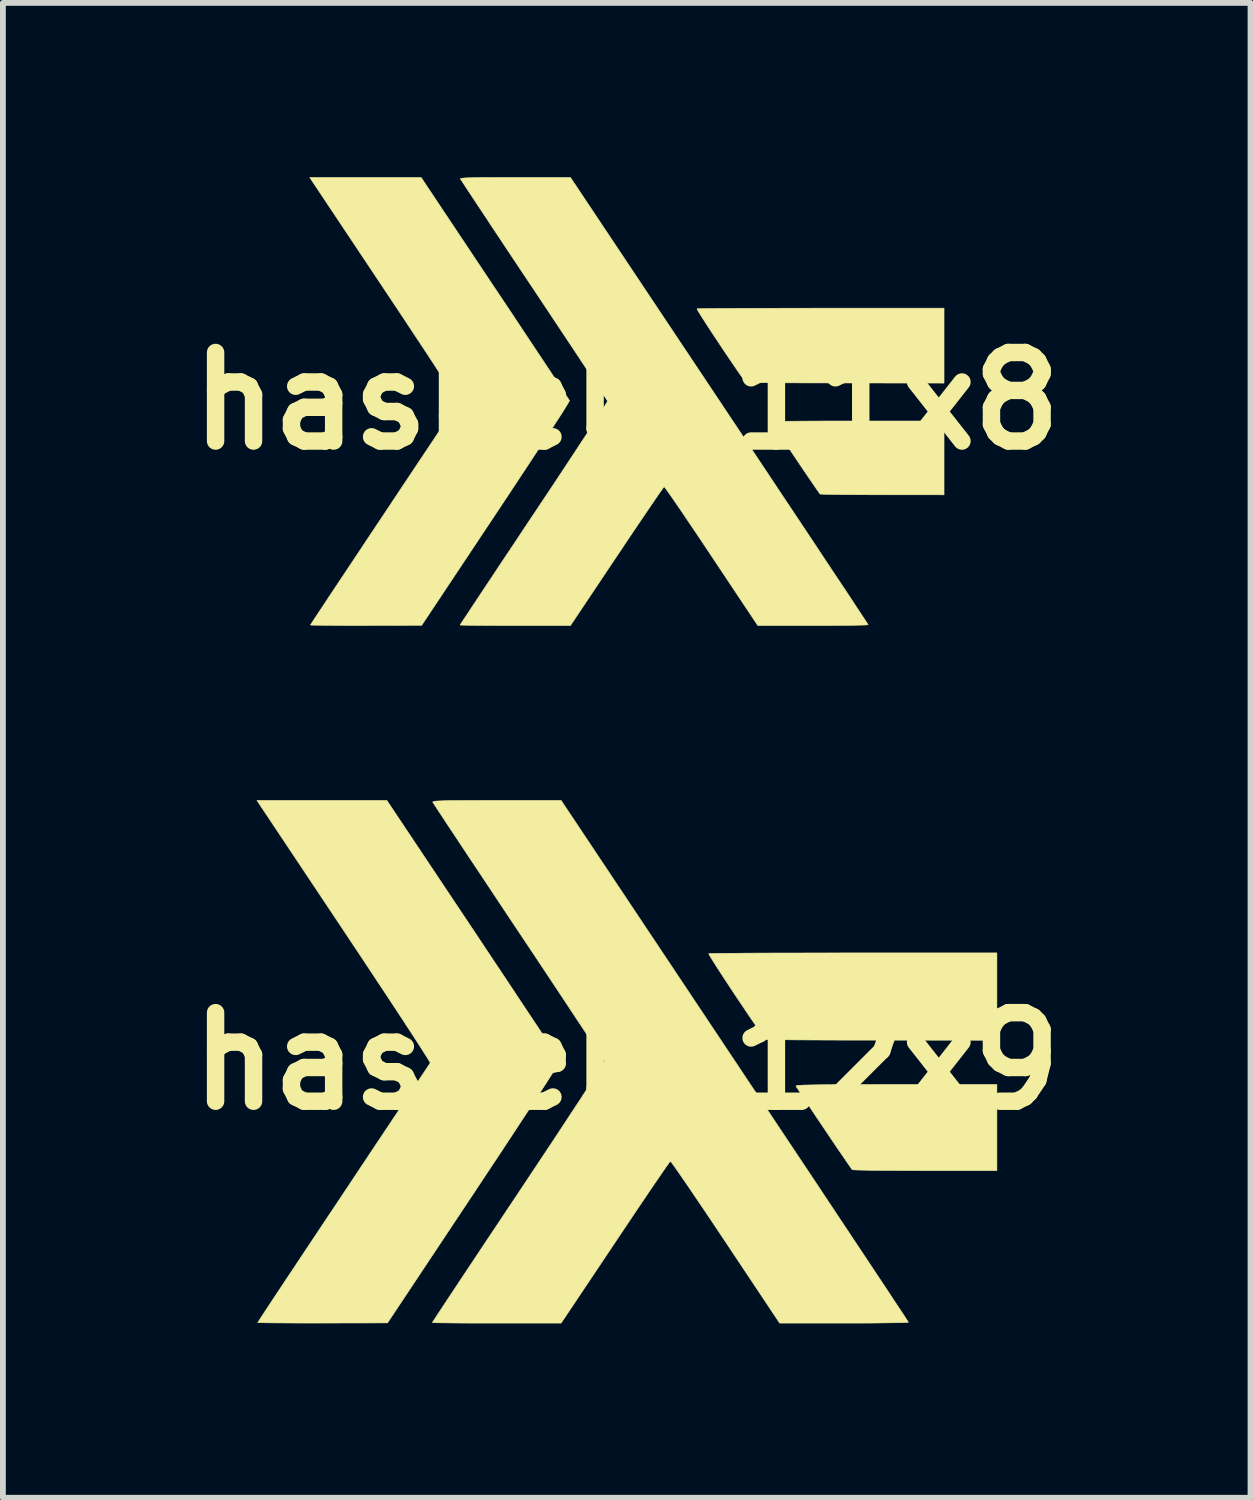
<source format=kicad_pcb>
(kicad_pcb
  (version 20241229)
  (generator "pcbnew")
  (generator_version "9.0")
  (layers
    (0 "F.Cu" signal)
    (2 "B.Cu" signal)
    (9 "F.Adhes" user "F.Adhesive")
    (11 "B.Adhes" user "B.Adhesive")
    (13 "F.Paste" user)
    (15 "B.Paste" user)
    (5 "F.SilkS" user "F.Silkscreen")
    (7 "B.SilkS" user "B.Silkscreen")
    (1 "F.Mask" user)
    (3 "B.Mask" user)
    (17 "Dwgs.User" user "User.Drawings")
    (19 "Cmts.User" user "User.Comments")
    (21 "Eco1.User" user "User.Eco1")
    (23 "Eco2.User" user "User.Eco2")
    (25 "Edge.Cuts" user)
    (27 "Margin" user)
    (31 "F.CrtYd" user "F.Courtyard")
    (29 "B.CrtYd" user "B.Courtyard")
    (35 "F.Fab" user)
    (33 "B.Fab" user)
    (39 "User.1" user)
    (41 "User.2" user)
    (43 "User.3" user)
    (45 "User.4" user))
  (footprint "haskell_12x9"
    (layer "F.Cu")
    (at 7.736 15.213)
    (property "Reference" "haskell_12x9" (at 0 0 0) (layer "F.SilkS") (effects (font (size 1.524 1.524) (thickness 0.3))))
    (attr through_hole)
    (fp_poly (pts (xy 6.371 1.884) (xy 5.138 1.884) (xy 4.913 1.883) (xy 4.701 1.882) (xy 4.505 1.881) (xy 4.328 1.88) (xy 4.176 1.878) (xy 4.052 1.875) (xy 3.958 1.873) (xy 3.901 1.87) (xy 3.882 1.868) (xy 3.867 1.848) (xy 3.832 1.798) (xy 3.779 1.722) (xy 3.713 1.625) (xy 3.634 1.51) (xy 3.548 1.382) (xy 3.457 1.247) (xy 3.364 1.109) (xy 3.271 0.971) (xy 3.183 0.839) (xy 3.102 0.718) (xy 3.031 0.611) (xy 2.974 0.523) (xy 2.932 0.459) (xy 2.913 0.429) (xy 2.918 0.424) (xy 2.94 0.419) (xy 2.981 0.416) (xy 3.044 0.412) (xy 3.13 0.41) (xy 3.243 0.408) (xy 3.385 0.406) (xy 3.557 0.404) (xy 3.762 0.403) (xy 4.002 0.403) (xy 4.28 0.402) (xy 4.598 0.402) (xy 4.634 0.402) (xy 6.371 0.402) (xy 6.371 1.884)) (stroke (width 0.01) (type solid)) (fill yes) (layer "F.SilkS"))
    (fp_poly (pts (xy 6.371 -0.36) (xy 4.397 -0.362) (xy 4.112 -0.362) (xy 3.838 -0.362) (xy 3.578 -0.363) (xy 3.337 -0.364) (xy 3.117 -0.365) (xy 2.92 -0.366) (xy 2.75 -0.368) (xy 2.61 -0.369) (xy 2.502 -0.371) (xy 2.43 -0.372) (xy 2.397 -0.374) (xy 2.396 -0.374) (xy 2.378 -0.394) (xy 2.34 -0.444) (xy 2.286 -0.52) (xy 2.218 -0.618) (xy 2.139 -0.733) (xy 2.053 -0.86) (xy 1.962 -0.996) (xy 1.868 -1.135) (xy 1.777 -1.274) (xy 1.689 -1.407) (xy 1.608 -1.531) (xy 1.537 -1.641) (xy 1.48 -1.732) (xy 1.438 -1.8) (xy 1.415 -1.84) (xy 1.412 -1.85) (xy 1.435 -1.852) (xy 1.497 -1.853) (xy 1.596 -1.855) (xy 1.73 -1.856) (xy 1.895 -1.857) (xy 2.089 -1.859) (xy 2.31 -1.86) (xy 2.555 -1.861) (xy 2.821 -1.861) (xy 3.106 -1.862) (xy 3.406 -1.862) (xy 3.72 -1.863) (xy 3.898 -1.863) (xy 6.371 -1.863) (xy 6.371 -0.36)) (stroke (width 0.01) (type solid)) (fill yes) (layer "F.SilkS"))
    (fp_poly (pts (xy -2.644 -2.263) (xy -2.459 -1.985) (xy -2.281 -1.717) (xy -2.11 -1.461) (xy -1.949 -1.218) (xy -1.799 -0.992) (xy -1.66 -0.783) (xy -1.535 -0.595) (xy -1.425 -0.429) (xy -1.332 -0.287) (xy -1.256 -0.172) (xy -1.199 -0.086) (xy -1.163 -0.03) (xy -1.149 -0.008) (xy -1.149 -0.007) (xy -1.159 0.014) (xy -1.192 0.07) (xy -1.246 0.158) (xy -1.321 0.276) (xy -1.416 0.424) (xy -1.53 0.599) (xy -1.661 0.801) (xy -1.81 1.027) (xy -1.974 1.277) (xy -2.153 1.549) (xy -2.347 1.841) (xy -2.553 2.152) (xy -2.627 2.264) (xy -4.117 4.505) (xy -5.233 4.507) (xy -5.446 4.507) (xy -5.646 4.507) (xy -5.829 4.506) (xy -5.99 4.505) (xy -6.126 4.504) (xy -6.234 4.502) (xy -6.308 4.501) (xy -6.346 4.499) (xy -6.35 4.498) (xy -6.338 4.479) (xy -6.305 4.428) (xy -6.251 4.345) (xy -6.177 4.233) (xy -6.086 4.095) (xy -5.978 3.932) (xy -5.855 3.746) (xy -5.718 3.541) (xy -5.569 3.316) (xy -5.409 3.076) (xy -5.24 2.821) (xy -5.062 2.555) (xy -4.878 2.279) (xy -4.872 2.27) (xy -4.688 1.993) (xy -4.51 1.726) (xy -4.34 1.47) (xy -4.179 1.229) (xy -4.028 1.003) (xy -3.89 0.796) (xy -3.766 0.609) (xy -3.656 0.444) (xy -3.563 0.303) (xy -3.487 0.19) (xy -3.431 0.105) (xy -3.395 0.051) (xy -3.381 0.03) (xy -3.381 0.03) (xy -3.391 0.01) (xy -3.423 -0.043) (xy -3.476 -0.127) (xy -3.548 -0.24) (xy -3.638 -0.38) (xy -3.745 -0.544) (xy -3.867 -0.731) (xy -4.003 -0.938) (xy -4.152 -1.164) (xy -4.312 -1.405) (xy -4.481 -1.661) (xy -4.659 -1.929) (xy -4.844 -2.206) (xy -4.866 -2.24) (xy -6.364 -4.487) (xy -4.128 -4.487) (xy -2.644 -2.263)) (stroke (width 0.01) (type solid)) (fill yes) (layer "F.SilkS"))
    (fp_poly (pts (xy 1.859 -0.005) (xy 2.122 0.39) (xy 2.38 0.776) (xy 2.629 1.151) (xy 2.871 1.514) (xy 3.104 1.863) (xy 3.326 2.197) (xy 3.537 2.515) (xy 3.736 2.814) (xy 3.922 3.094) (xy 4.094 3.353) (xy 4.251 3.589) (xy 4.392 3.801) (xy 4.516 3.988) (xy 4.621 4.148) (xy 4.708 4.279) (xy 4.775 4.38) (xy 4.82 4.45) (xy 4.844 4.487) (xy 4.847 4.493) (xy 4.827 4.496) (xy 4.768 4.499) (xy 4.674 4.501) (xy 4.55 4.503) (xy 4.4 4.505) (xy 4.226 4.507) (xy 4.034 4.508) (xy 3.827 4.508) (xy 3.739 4.508) (xy 2.632 4.508) (xy 1.702 3.112) (xy 1.556 2.894) (xy 1.417 2.686) (xy 1.286 2.491) (xy 1.165 2.313) (xy 1.057 2.153) (xy 0.961 2.014) (xy 0.882 1.899) (xy 0.819 1.81) (xy 0.776 1.751) (xy 0.754 1.723) (xy 0.751 1.721) (xy 0.737 1.739) (xy 0.7 1.79) (xy 0.644 1.87) (xy 0.57 1.978) (xy 0.479 2.11) (xy 0.374 2.265) (xy 0.257 2.438) (xy 0.129 2.628) (xy -0.008 2.832) (xy -0.152 3.047) (xy -0.199 3.118) (xy -1.129 4.508) (xy -2.237 4.508) (xy -2.449 4.508) (xy -2.648 4.508) (xy -2.829 4.507) (xy -2.989 4.506) (xy -3.125 4.504) (xy -3.231 4.503) (xy -3.304 4.501) (xy -3.341 4.499) (xy -3.344 4.498) (xy -3.333 4.479) (xy -3.299 4.428) (xy -3.245 4.345) (xy -3.171 4.233) (xy -3.08 4.095) (xy -2.972 3.932) (xy -2.849 3.746) (xy -2.712 3.54) (xy -2.563 3.316) (xy -2.403 3.075) (xy -2.233 2.821) (xy -2.056 2.554) (xy -1.871 2.278) (xy -1.861 2.262) (xy -1.648 1.942) (xy -1.448 1.641) (xy -1.262 1.361) (xy -1.092 1.103) (xy -0.938 0.868) (xy -0.8 0.659) (xy -0.681 0.476) (xy -0.581 0.32) (xy -0.5 0.194) (xy -0.441 0.098) (xy -0.402 0.035) (xy -0.387 0.004) (xy -0.387 0.002) (xy -0.399 -0.02) (xy -0.434 -0.074) (xy -0.489 -0.16) (xy -0.564 -0.274) (xy -0.657 -0.415) (xy -0.766 -0.581) (xy -0.89 -0.768) (xy -1.027 -0.976) (xy -1.177 -1.202) (xy -1.337 -1.443) (xy -1.507 -1.699) (xy -1.684 -1.965) (xy -1.861 -2.23) (xy -2.045 -2.506) (xy -2.222 -2.772) (xy -2.391 -3.027) (xy -2.551 -3.268) (xy -2.701 -3.492) (xy -2.838 -3.699) (xy -2.961 -3.885) (xy -3.07 -4.049) (xy -3.162 -4.189) (xy -3.236 -4.301) (xy -3.291 -4.385) (xy -3.325 -4.438) (xy -3.338 -4.458) (xy -3.335 -4.464) (xy -3.32 -4.47) (xy -3.288 -4.475) (xy -3.238 -4.478) (xy -3.166 -4.481) (xy -3.069 -4.484) (xy -2.943 -4.485) (xy -2.786 -4.486) (xy -2.594 -4.487) (xy -2.364 -4.487) (xy -2.239 -4.487) (xy -1.129 -4.487) (xy 1.859 -0.005)) (stroke (width 0.01) (type solid)) (fill yes) (layer "F.SilkS")))
  (footprint "haskell_11x8"
    (layer "F.Cu")
    (at 7.736 3.851)
    (property "Reference" "haskell_11x8" (at 0 0 0) (layer "F.SilkS") (effects (font (size 1.524 1.524) (thickness 0.3))))
    (attr through_hole)
    (fp_poly (pts (xy 5.461 1.615) (xy 4.404 1.614) (xy 4.211 1.614) (xy 4.029 1.613) (xy 3.861 1.612) (xy 3.71 1.611) (xy 3.58 1.609) (xy 3.473 1.607) (xy 3.393 1.605) (xy 3.343 1.603) (xy 3.327 1.601) (xy 3.315 1.584) (xy 3.285 1.541) (xy 3.239 1.476) (xy 3.182 1.392) (xy 3.115 1.294) (xy 3.041 1.185) (xy 2.963 1.069) (xy 2.883 0.95) (xy 2.804 0.832) (xy 2.728 0.719) (xy 2.659 0.615) (xy 2.598 0.523) (xy 2.549 0.448) (xy 2.513 0.394) (xy 2.497 0.367) (xy 2.501 0.363) (xy 2.52 0.359) (xy 2.555 0.356) (xy 2.609 0.354) (xy 2.683 0.351) (xy 2.78 0.349) (xy 2.901 0.348) (xy 3.049 0.347) (xy 3.225 0.346) (xy 3.431 0.345) (xy 3.669 0.345) (xy 3.941 0.345) (xy 3.972 0.345) (xy 5.461 0.345) (xy 5.461 1.615)) (stroke (width 0.01) (type solid)) (fill yes) (layer "F.SilkS"))
    (fp_poly (pts (xy 5.461 -0.308) (xy 3.769 -0.31) (xy 3.524 -0.31) (xy 3.289 -0.311) (xy 3.067 -0.311) (xy 2.86 -0.312) (xy 2.671 -0.313) (xy 2.503 -0.314) (xy 2.357 -0.315) (xy 2.237 -0.316) (xy 2.145 -0.318) (xy 2.083 -0.319) (xy 2.055 -0.321) (xy 2.054 -0.321) (xy 2.038 -0.338) (xy 2.006 -0.381) (xy 1.959 -0.446) (xy 1.901 -0.529) (xy 1.834 -0.628) (xy 1.76 -0.737) (xy 1.681 -0.853) (xy 1.602 -0.973) (xy 1.523 -1.092) (xy 1.447 -1.206) (xy 1.378 -1.312) (xy 1.318 -1.406) (xy 1.268 -1.484) (xy 1.233 -1.543) (xy 1.213 -1.577) (xy 1.211 -1.586) (xy 1.23 -1.587) (xy 1.283 -1.588) (xy 1.368 -1.59) (xy 1.483 -1.591) (xy 1.624 -1.592) (xy 1.791 -1.593) (xy 1.98 -1.594) (xy 2.19 -1.595) (xy 2.418 -1.595) (xy 2.662 -1.596) (xy 2.92 -1.596) (xy 3.189 -1.597) (xy 3.341 -1.597) (xy 5.461 -1.597) (xy 5.461 -0.308)) (stroke (width 0.01) (type solid)) (fill yes) (layer "F.SilkS"))
    (fp_poly (pts (xy -2.267 -1.939) (xy -2.108 -1.702) (xy -1.955 -1.472) (xy -1.809 -1.252) (xy -1.671 -1.044) (xy -1.542 -0.85) (xy -1.423 -0.671) (xy -1.316 -0.51) (xy -1.222 -0.367) (xy -1.142 -0.246) (xy -1.077 -0.147) (xy -1.028 -0.073) (xy -0.997 -0.026) (xy -0.985 -0.006) (xy -0.985 -0.006) (xy -0.994 0.012) (xy -1.022 0.06) (xy -1.068 0.135) (xy -1.132 0.237) (xy -1.214 0.363) (xy -1.311 0.513) (xy -1.424 0.686) (xy -1.551 0.88) (xy -1.692 1.095) (xy -1.846 1.328) (xy -2.011 1.578) (xy -2.188 1.845) (xy -2.252 1.941) (xy -3.529 3.861) (xy -4.486 3.863) (xy -4.668 3.863) (xy -4.839 3.863) (xy -4.996 3.862) (xy -5.134 3.861) (xy -5.251 3.86) (xy -5.343 3.859) (xy -5.407 3.858) (xy -5.439 3.856) (xy -5.443 3.855) (xy -5.433 3.839) (xy -5.404 3.795) (xy -5.358 3.724) (xy -5.295 3.629) (xy -5.216 3.51) (xy -5.124 3.37) (xy -5.018 3.211) (xy -4.901 3.035) (xy -4.773 2.843) (xy -4.636 2.637) (xy -4.491 2.418) (xy -4.339 2.19) (xy -4.181 1.953) (xy -4.176 1.946) (xy -4.018 1.708) (xy -3.866 1.479) (xy -3.72 1.26) (xy -3.582 1.053) (xy -3.453 0.86) (xy -3.334 0.682) (xy -3.228 0.522) (xy -3.134 0.38) (xy -3.054 0.26) (xy -2.989 0.163) (xy -2.941 0.09) (xy -2.91 0.044) (xy -2.898 0.026) (xy -2.898 0.026) (xy -2.907 0.009) (xy -2.934 -0.037) (xy -2.979 -0.109) (xy -3.041 -0.206) (xy -3.118 -0.326) (xy -3.21 -0.466) (xy -3.315 -0.627) (xy -3.431 -0.804) (xy -3.559 -0.998) (xy -3.696 -1.205) (xy -3.841 -1.424) (xy -3.993 -1.653) (xy -4.152 -1.891) (xy -4.171 -1.92) (xy -5.455 -3.846) (xy -3.538 -3.846) (xy -2.267 -1.939)) (stroke (width 0.01) (type solid)) (fill yes) (layer "F.SilkS"))
    (fp_poly (pts (xy 1.594 -0.004) (xy 1.819 0.334) (xy 2.04 0.665) (xy 2.254 0.986) (xy 2.461 1.297) (xy 2.66 1.597) (xy 2.851 1.883) (xy 3.032 2.155) (xy 3.203 2.412) (xy 3.362 2.652) (xy 3.509 2.874) (xy 3.644 3.076) (xy 3.765 3.258) (xy 3.871 3.418) (xy 3.961 3.555) (xy 4.035 3.668) (xy 4.093 3.755) (xy 4.132 3.814) (xy 4.152 3.846) (xy 4.155 3.851) (xy 4.137 3.853) (xy 4.087 3.856) (xy 4.007 3.858) (xy 3.9 3.86) (xy 3.771 3.862) (xy 3.622 3.863) (xy 3.458 3.864) (xy 3.28 3.864) (xy 3.205 3.864) (xy 2.256 3.864) (xy 1.459 2.668) (xy 1.334 2.48) (xy 1.215 2.302) (xy 1.102 2.135) (xy 0.999 1.982) (xy 0.906 1.845) (xy 0.824 1.726) (xy 0.756 1.627) (xy 0.702 1.551) (xy 0.665 1.5) (xy 0.646 1.477) (xy 0.644 1.475) (xy 0.631 1.491) (xy 0.6 1.534) (xy 0.552 1.603) (xy 0.488 1.695) (xy 0.411 1.809) (xy 0.321 1.941) (xy 0.22 2.09) (xy 0.11 2.253) (xy -0.007 2.427) (xy -0.13 2.612) (xy -0.171 2.672) (xy -0.968 3.864) (xy -1.917 3.864) (xy -2.099 3.864) (xy -2.269 3.864) (xy -2.425 3.863) (xy -2.562 3.862) (xy -2.678 3.861) (xy -2.769 3.859) (xy -2.832 3.858) (xy -2.864 3.856) (xy -2.867 3.855) (xy -2.857 3.839) (xy -2.828 3.795) (xy -2.781 3.724) (xy -2.718 3.629) (xy -2.64 3.51) (xy -2.547 3.37) (xy -2.442 3.211) (xy -2.324 3.035) (xy -2.197 2.842) (xy -2.059 2.636) (xy -1.914 2.418) (xy -1.762 2.189) (xy -1.604 1.952) (xy -1.595 1.939) (xy -1.412 1.664) (xy -1.241 1.407) (xy -1.082 1.166) (xy -0.936 0.945) (xy -0.804 0.744) (xy -0.686 0.565) (xy -0.584 0.408) (xy -0.498 0.274) (xy -0.429 0.166) (xy -0.378 0.084) (xy -0.345 0.03) (xy -0.332 0.004) (xy -0.331 0.002) (xy -0.342 -0.017) (xy -0.372 -0.064) (xy -0.42 -0.137) (xy -0.484 -0.235) (xy -0.563 -0.356) (xy -0.656 -0.498) (xy -0.763 -0.659) (xy -0.88 -0.837) (xy -1.009 -1.03) (xy -1.146 -1.237) (xy -1.292 -1.456) (xy -1.444 -1.685) (xy -1.595 -1.912) (xy -1.753 -2.148) (xy -1.905 -2.376) (xy -2.05 -2.594) (xy -2.187 -2.801) (xy -2.315 -2.993) (xy -2.432 -3.171) (xy -2.538 -3.33) (xy -2.631 -3.471) (xy -2.71 -3.59) (xy -2.774 -3.687) (xy -2.821 -3.759) (xy -2.85 -3.804) (xy -2.861 -3.821) (xy -2.859 -3.827) (xy -2.845 -3.831) (xy -2.819 -3.835) (xy -2.776 -3.839) (xy -2.714 -3.841) (xy -2.63 -3.843) (xy -2.522 -3.845) (xy -2.388 -3.845) (xy -2.223 -3.846) (xy -2.027 -3.846) (xy -1.919 -3.846) (xy -0.968 -3.846) (xy 1.594 -0.004)) (stroke (width 0.01) (type solid)) (fill yes) (layer "F.SilkS")))
  (gr_rect
    (start -3 -3)
    (end 18.472 22.727)
    (stroke (width 0.1) (type default))
    (fill no)
    (layer "Edge.Cuts")))
</source>
